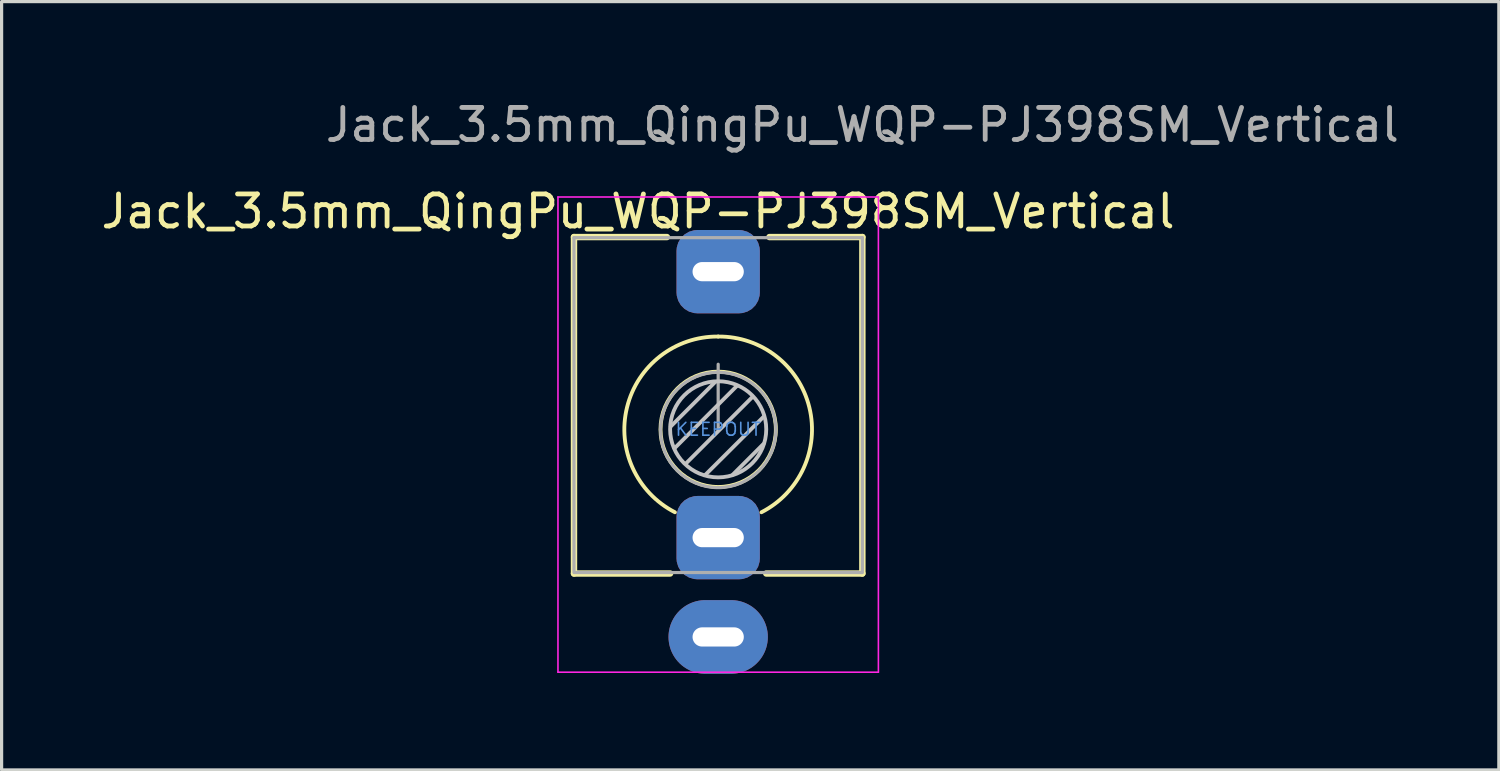
<source format=kicad_pcb>
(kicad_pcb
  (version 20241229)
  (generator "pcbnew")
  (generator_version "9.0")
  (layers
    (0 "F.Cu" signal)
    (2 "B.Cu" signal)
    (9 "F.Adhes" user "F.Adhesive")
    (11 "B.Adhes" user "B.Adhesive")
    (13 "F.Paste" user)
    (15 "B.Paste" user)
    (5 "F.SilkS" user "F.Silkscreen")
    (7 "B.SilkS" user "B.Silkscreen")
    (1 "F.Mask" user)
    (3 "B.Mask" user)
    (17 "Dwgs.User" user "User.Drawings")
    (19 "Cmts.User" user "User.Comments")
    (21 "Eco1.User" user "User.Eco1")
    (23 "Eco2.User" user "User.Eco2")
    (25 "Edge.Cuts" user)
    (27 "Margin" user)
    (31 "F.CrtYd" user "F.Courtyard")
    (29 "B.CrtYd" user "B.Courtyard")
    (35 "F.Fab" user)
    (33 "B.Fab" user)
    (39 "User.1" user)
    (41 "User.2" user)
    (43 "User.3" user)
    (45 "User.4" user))
  (footprint "Jack_3.5mm_QingPu_WQP-PJ398SM_Vertical"
    (layer "F.Cu")
    (at 19.363 10.348)
    (property "Reference" "Jack_3.5mm_QingPu_WQP-PJ398SM_Vertical" (at -2.5 -6.8 0) (layer "F.SilkS") (effects (font (size 1 1) (thickness 0.15))))
    (attr through_hole)
    (fp_line (start -4.5 -6) (end -1.6 -6) (stroke (width 0.2) (type solid)) (layer "F.SilkS"))
    (fp_line (start -4.5 4.5) (end -4.5 -6) (stroke (width 0.2) (type solid)) (layer "F.SilkS"))
    (fp_line (start -4.5 4.5) (end -1.5 4.5) (stroke (width 0.2) (type solid)) (layer "F.SilkS"))
    (fp_line (start 1.5 4.5) (end 4.5 4.5) (stroke (width 0.2) (type solid)) (layer "F.SilkS"))
    (fp_line (start 1.6 -6) (end 4.5 -6) (stroke (width 0.2) (type solid)) (layer "F.SilkS"))
    (fp_line (start 4.5 4.5) (end 4.5 -6) (stroke (width 0.2) (type solid)) (layer "F.SilkS"))
    (fp_arc (start -1.35 2.588577) (mid -2.844222 -0.687251) (end 0 -2.895) (stroke (width 0.12) (type solid)) (layer "F.SilkS"))
    (fp_arc (start 0 -2.895) (mid 2.844221 -0.687252) (end 1.35 2.588577) (stroke (width 0.12) (type solid)) (layer "F.SilkS"))
    (fp_circle (center 0 0) (end -1.8 0) (stroke (width 0.12) (type solid)) (fill no) (layer "F.SilkS"))
    (fp_line (start -0.09 -1.48) (end -1.48 -0.09) (stroke (width 0.12) (type solid)) (layer "Dwgs.User"))
    (fp_line (start 0.58 -1.35) (end -1.36 0.59) (stroke (width 0.12) (type solid)) (layer "Dwgs.User"))
    (fp_line (start 1.07 -1.01) (end -1.01 1.07) (stroke (width 0.12) (type solid)) (layer "Dwgs.User"))
    (fp_line (start 1.41 0.46) (end 0.46 1.41) (stroke (width 0.12) (type solid)) (layer "Dwgs.User"))
    (fp_line (start 1.42 -0.395) (end -0.4 1.42) (stroke (width 0.12) (type solid)) (layer "Dwgs.User"))
    (fp_circle (center 0 0) (end -1.5 0) (stroke (width 0.12) (type solid)) (fill no) (layer "Dwgs.User"))
    (fp_line (start -5 -7.25) (end -5 7.58) (stroke (width 0.05) (type solid)) (layer "F.CrtYd"))
    (fp_line (start -5 -7.25) (end 5 -7.25) (stroke (width 0.05) (type solid)) (layer "F.CrtYd"))
    (fp_line (start -5 7.58) (end 5 7.58) (stroke (width 0.05) (type solid)) (layer "F.CrtYd"))
    (fp_line (start 5 -7.25) (end 5 7.58) (stroke (width 0.05) (type solid)) (layer "F.CrtYd"))
    (fp_line (start -4.5 -5.98) (end -4.5 4.42) (stroke (width 0.1) (type solid)) (layer "F.Fab"))
    (fp_line (start -4.5 -5.98) (end 4.5 -5.98) (stroke (width 0.1) (type solid)) (layer "F.Fab"))
    (fp_line (start -4.5 4.47) (end 4.5 4.47) (stroke (width 0.1) (type solid)) (layer "F.Fab"))
    (fp_line (start 0 0) (end 0 -2.03) (stroke (width 0.1) (type solid)) (layer "F.Fab"))
    (fp_line (start 4.5 -5.98) (end 4.5 4.42) (stroke (width 0.1) (type solid)) (layer "F.Fab"))
    (fp_circle (center 0 0.02) (end -1.8 0.02) (stroke (width 0.1) (type solid)) (fill no) (layer "F.Fab"))
    (fp_text user "KEEPOUT" (at 0 0 180) (layer "Cmts.User") (effects (font (size 0.4 0.4) (thickness 0.051))))
    (fp_text user "${REFERENCE}" (at 4.5 -9.5 0) (layer "F.Fab") (effects (font (size 1 1) (thickness 0.15))))
    (pad "S" thru_hole oval (at 0 6.48) (size 3.1 2.3) (drill oval 1.6 0.6) (layers "*.Cu" "*.Mask"))
    (pad "T" thru_hole roundrect (at 0 -4.92) (size 2.6 2.6) (drill oval 1.6 0.6) (layers "*.Cu" "*.Mask") (roundrect_rratio 0.25))
    (pad "TN" thru_hole roundrect (at 0 3.38) (size 2.6 2.6) (drill oval 1.6 0.6) (layers "*.Cu" "*.Mask") (roundrect_rratio 0.25)))
  (gr_rect
    (start -3 -3)
    (end 43.726 20.978)
    (stroke (width 0.1) (type default))
    (fill no)
    (layer "Edge.Cuts")))
</source>
